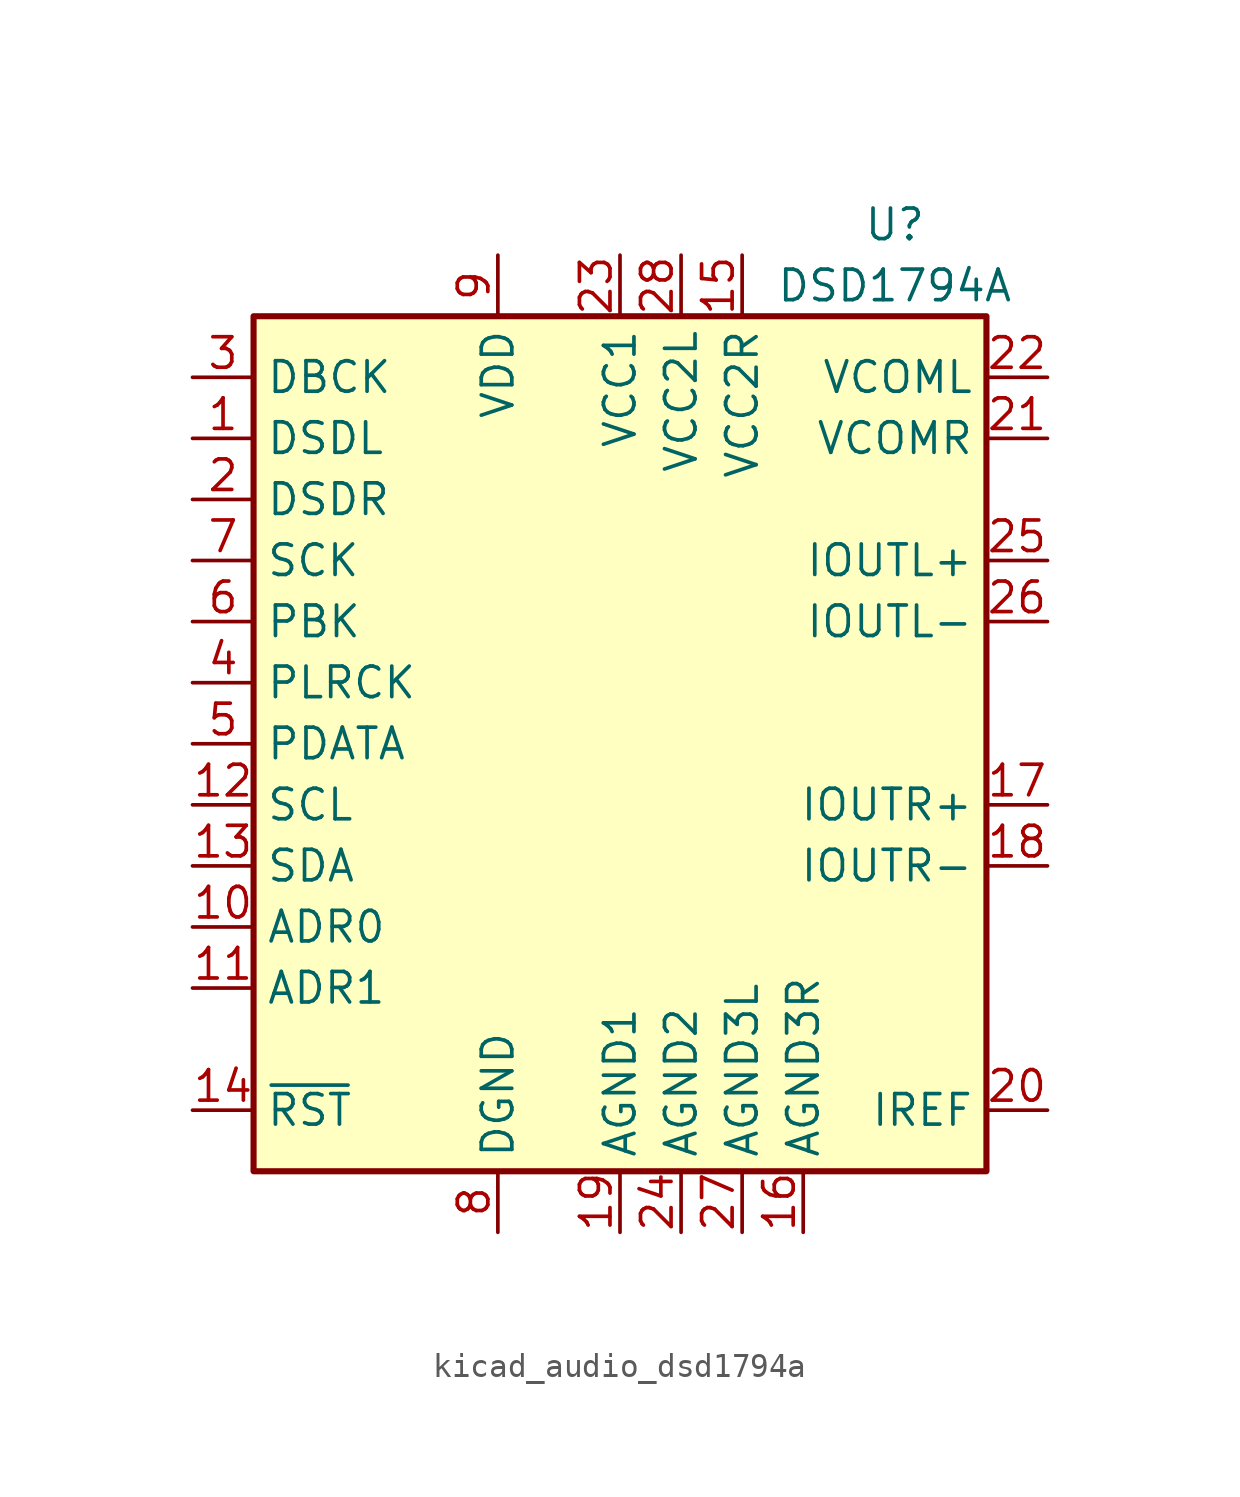
<source format=kicad_sym>
(kicad_symbol_lib
  (version 20220914)
  (generator kicad_symbol_editor)
  (symbol "kicad_audio_dsd1794a"
    (property "Reference" "U"
      (at 11.43 21.59 0)
      (effects (font (size 1.27 1.27))))
    (property "Value" "DSD1794A"
      (at 11.43 19.05 0)
      (effects (font (size 1.27 1.27))))
    (symbol "kicad_audio_dsd1794a_0_1"
      (rectangle (start -15.24 17.78) (end 15.24 -17.78) (stroke (width 0.254) (type default)) (fill (type background))))
    (symbol "kicad_audio_dsd1794a_1_1"
      (pin bidirectional line (at -17.78 12.7 0) (length 2.54) (name "DSDL" (effects (font (size 1.27 1.27)))) (number "1" (effects (font (size 1.27 1.27)))))
      (pin input line (at -17.78 -7.62 0) (length 2.54) (name "ADR0" (effects (font (size 1.27 1.27)))) (number "10" (effects (font (size 1.27 1.27)))))
      (pin input line (at -17.78 -10.16 0) (length 2.54) (name "ADR1" (effects (font (size 1.27 1.27)))) (number "11" (effects (font (size 1.27 1.27)))))
      (pin input line (at -17.78 -2.54 0) (length 2.54) (name "SCL" (effects (font (size 1.27 1.27)))) (number "12" (effects (font (size 1.27 1.27)))))
      (pin bidirectional line (at -17.78 -5.08 0) (length 2.54) (name "SDA" (effects (font (size 1.27 1.27)))) (number "13" (effects (font (size 1.27 1.27)))))
      (pin input line (at -17.78 -15.24 0) (length 2.54) (name "~{RST}" (effects (font (size 1.27 1.27)))) (number "14" (effects (font (size 1.27 1.27)))))
      (pin power_in line (at 5.08 20.32 270) (length 2.54) (name "VCC2R" (effects (font (size 1.27 1.27)))) (number "15" (effects (font (size 1.27 1.27)))))
      (pin power_in line (at 7.62 -20.32 90) (length 2.54) (name "AGND3R" (effects (font (size 1.27 1.27)))) (number "16" (effects (font (size 1.27 1.27)))))
      (pin output line (at 17.78 -2.54 180) (length 2.54) (name "IOUTR+" (effects (font (size 1.27 1.27)))) (number "17" (effects (font (size 1.27 1.27)))))
      (pin output line (at 17.78 -5.08 180) (length 2.54) (name "IOUTR-" (effects (font (size 1.27 1.27)))) (number "18" (effects (font (size 1.27 1.27)))))
      (pin power_in line (at 0 -20.32 90) (length 2.54) (name "AGND1" (effects (font (size 1.27 1.27)))) (number "19" (effects (font (size 1.27 1.27)))))
      (pin bidirectional line (at -17.78 10.16 0) (length 2.54) (name "DSDR" (effects (font (size 1.27 1.27)))) (number "2" (effects (font (size 1.27 1.27)))))
      (pin passive line (at 17.78 -15.24 180) (length 2.54) (name "IREF" (effects (font (size 1.27 1.27)))) (number "20" (effects (font (size 1.27 1.27)))))
      (pin output line (at 17.78 12.7 180) (length 2.54) (name "VCOMR" (effects (font (size 1.27 1.27)))) (number "21" (effects (font (size 1.27 1.27)))))
      (pin passive line (at 17.78 15.24 180) (length 2.54) (name "VCOML" (effects (font (size 1.27 1.27)))) (number "22" (effects (font (size 1.27 1.27)))))
      (pin power_in line (at 0 20.32 270) (length 2.54) (name "VCC1" (effects (font (size 1.27 1.27)))) (number "23" (effects (font (size 1.27 1.27)))))
      (pin power_in line (at 2.54 -20.32 90) (length 2.54) (name "AGND2" (effects (font (size 1.27 1.27)))) (number "24" (effects (font (size 1.27 1.27)))))
      (pin output line (at 17.78 7.62 180) (length 2.54) (name "IOUTL+" (effects (font (size 1.27 1.27)))) (number "25" (effects (font (size 1.27 1.27)))))
      (pin output line (at 17.78 5.08 180) (length 2.54) (name "IOUTL-" (effects (font (size 1.27 1.27)))) (number "26" (effects (font (size 1.27 1.27)))))
      (pin power_in line (at 5.08 -20.32 90) (length 2.54) (name "AGND3L" (effects (font (size 1.27 1.27)))) (number "27" (effects (font (size 1.27 1.27)))))
      (pin power_in line (at 2.54 20.32 270) (length 2.54) (name "VCC2L" (effects (font (size 1.27 1.27)))) (number "28" (effects (font (size 1.27 1.27)))))
      (pin input line (at -17.78 15.24 0) (length 2.54) (name "DBCK" (effects (font (size 1.27 1.27)))) (number "3" (effects (font (size 1.27 1.27)))))
      (pin input line (at -17.78 2.54 0) (length 2.54) (name "PLRCK" (effects (font (size 1.27 1.27)))) (number "4" (effects (font (size 1.27 1.27)))))
      (pin input line (at -17.78 0 0) (length 2.54) (name "PDATA" (effects (font (size 1.27 1.27)))) (number "5" (effects (font (size 1.27 1.27)))))
      (pin input line (at -17.78 5.08 0) (length 2.54) (name "PBK" (effects (font (size 1.27 1.27)))) (number "6" (effects (font (size 1.27 1.27)))))
      (pin input line (at -17.78 7.62 0) (length 2.54) (name "SCK" (effects (font (size 1.27 1.27)))) (number "7" (effects (font (size 1.27 1.27)))))
      (pin power_in line (at -5.08 -20.32 90) (length 2.54) (name "DGND" (effects (font (size 1.27 1.27)))) (number "8" (effects (font (size 1.27 1.27)))))
      (pin power_in line (at -5.08 20.32 270) (length 2.54) (name "VDD" (effects (font (size 1.27 1.27)))) (number "9" (effects (font (size 1.27 1.27))))))))
</source>
